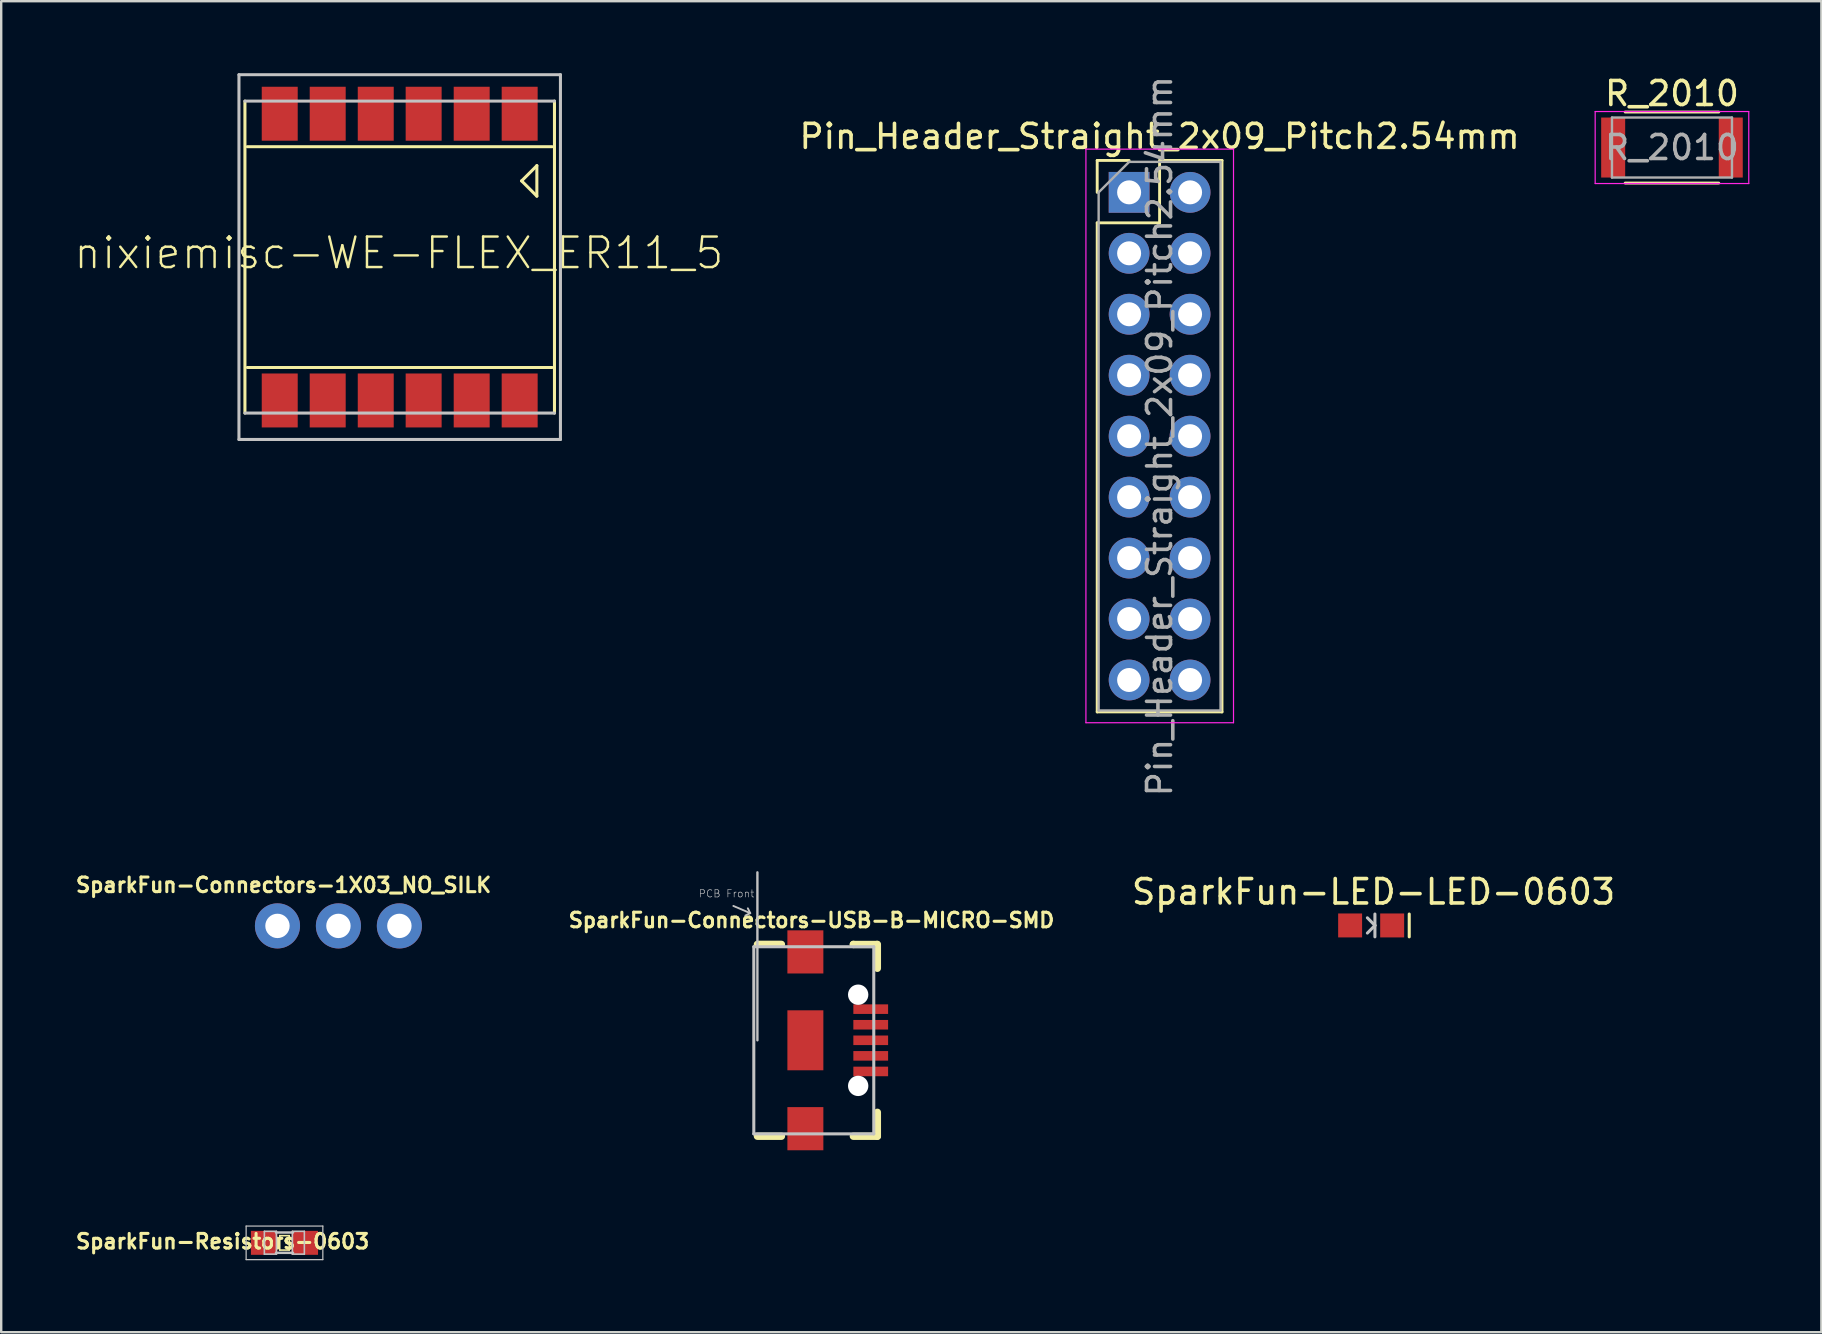
<source format=kicad_pcb>
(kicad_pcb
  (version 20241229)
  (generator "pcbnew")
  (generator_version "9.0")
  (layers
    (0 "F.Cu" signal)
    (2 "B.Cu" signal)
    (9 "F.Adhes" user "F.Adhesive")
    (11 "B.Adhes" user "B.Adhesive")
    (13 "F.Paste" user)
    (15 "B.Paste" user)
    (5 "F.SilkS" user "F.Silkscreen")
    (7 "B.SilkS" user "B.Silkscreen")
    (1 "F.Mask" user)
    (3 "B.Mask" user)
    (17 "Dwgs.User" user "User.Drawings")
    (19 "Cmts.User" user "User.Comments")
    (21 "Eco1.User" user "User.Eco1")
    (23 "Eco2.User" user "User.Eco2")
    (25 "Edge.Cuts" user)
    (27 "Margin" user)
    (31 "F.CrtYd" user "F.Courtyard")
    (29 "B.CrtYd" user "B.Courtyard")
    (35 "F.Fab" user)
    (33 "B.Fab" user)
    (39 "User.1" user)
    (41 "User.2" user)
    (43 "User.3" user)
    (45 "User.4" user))
  (footprint "SparkFun-Connectors-USB-B-MICRO-SMD"
    (layer "F.Cu")
    (at 30.509 40.298)
    (property "Reference" "SparkFun-Connectors-USB-B-MICRO-SMD" (at 0.254 -5.004 0) (layer "F.SilkS") (effects (font (size 0.61 0.61) (thickness 0.127))))
    (attr smd)
    (fp_line (start -0.848 -4.684) (end 0.848 -4.684) (stroke (width 0.066) (type solid)) (layer "F.Mask"))
    (fp_line (start -0.848 -2.682) (end -0.848 -4.684) (stroke (width 0.066) (type solid)) (layer "F.Mask"))
    (fp_line (start -0.848 -2.682) (end 0.848 -2.682) (stroke (width 0.066) (type solid)) (layer "F.Mask"))
    (fp_line (start -0.848 -1.349) (end 0.848 -1.349) (stroke (width 0.066) (type solid)) (layer "F.Mask"))
    (fp_line (start -0.848 1.349) (end -0.848 -1.349) (stroke (width 0.066) (type solid)) (layer "F.Mask"))
    (fp_line (start -0.848 1.349) (end 0.848 1.349) (stroke (width 0.066) (type solid)) (layer "F.Mask"))
    (fp_line (start -0.848 2.682) (end 0.848 2.682) (stroke (width 0.066) (type solid)) (layer "F.Mask"))
    (fp_line (start -0.848 4.684) (end -0.848 2.682) (stroke (width 0.066) (type solid)) (layer "F.Mask"))
    (fp_line (start -0.848 4.684) (end 0.848 4.684) (stroke (width 0.066) (type solid)) (layer "F.Mask"))
    (fp_line (start 0.848 -2.682) (end 0.848 -4.684) (stroke (width 0.066) (type solid)) (layer "F.Mask"))
    (fp_line (start 0.848 1.349) (end 0.848 -1.349) (stroke (width 0.066) (type solid)) (layer "F.Mask"))
    (fp_line (start 0.848 4.684) (end 0.848 2.682) (stroke (width 0.066) (type solid)) (layer "F.Mask"))
    (fp_line (start -0.998 -3.998) (end -1.999 -3.998) (stroke (width 0.305) (type solid)) (layer "F.SilkS"))
    (fp_line (start -0.998 3.998) (end -1.999 3.998) (stroke (width 0.305) (type solid)) (layer "F.SilkS"))
    (fp_line (start 1.999 -3.993) (end 1.999 -3.998) (stroke (width 0.305) (type solid)) (layer "F.SilkS"))
    (fp_line (start 1.999 3.998) (end 3 3.998) (stroke (width 0.305) (type solid)) (layer "F.SilkS"))
    (fp_line (start 2.979 -3.993) (end 1.999 -3.993) (stroke (width 0.305) (type solid)) (layer "F.SilkS"))
    (fp_line (start 3 -3.998) (end 3 -3) (stroke (width 0.305) (type solid)) (layer "F.SilkS"))
    (fp_line (start 3 3.998) (end 3 3) (stroke (width 0.305) (type solid)) (layer "F.SilkS"))
    (fp_line (start -0.749 -4.582) (end 0.749 -4.582) (stroke (width 0.066) (type solid)) (layer "F.Paste"))
    (fp_line (start -0.749 -2.784) (end -0.749 -4.582) (stroke (width 0.066) (type solid)) (layer "F.Paste"))
    (fp_line (start -0.749 -2.784) (end 0.749 -2.784) (stroke (width 0.066) (type solid)) (layer "F.Paste"))
    (fp_line (start -0.749 2.784) (end 0.749 2.784) (stroke (width 0.066) (type solid)) (layer "F.Paste"))
    (fp_line (start -0.749 4.582) (end -0.749 2.784) (stroke (width 0.066) (type solid)) (layer "F.Paste"))
    (fp_line (start -0.749 4.582) (end 0.749 4.582) (stroke (width 0.066) (type solid)) (layer "F.Paste"))
    (fp_line (start -0.348 -0.749) (end 0.348 -0.749) (stroke (width 0.066) (type solid)) (layer "F.Paste"))
    (fp_line (start -0.348 0.749) (end -0.348 -0.749) (stroke (width 0.066) (type solid)) (layer "F.Paste"))
    (fp_line (start -0.348 0.749) (end 0.348 0.749) (stroke (width 0.066) (type solid)) (layer "F.Paste"))
    (fp_line (start 0.348 0.749) (end 0.348 -0.749) (stroke (width 0.066) (type solid)) (layer "F.Paste"))
    (fp_line (start 0.749 -2.784) (end 0.749 -4.582) (stroke (width 0.066) (type solid)) (layer "F.Paste"))
    (fp_line (start 0.749 4.582) (end 0.749 2.784) (stroke (width 0.066) (type solid)) (layer "F.Paste"))
    (fp_line (start -3 -5.598) (end -2.299 -5.298) (stroke (width 0.079) (type solid)) (layer "Dwgs.User"))
    (fp_line (start -2.299 -5.298) (end -2.499 -5.199) (stroke (width 0.079) (type solid)) (layer "Dwgs.User"))
    (fp_line (start -2.299 -5.298) (end -2.398 -5.499) (stroke (width 0.079) (type solid)) (layer "Dwgs.User"))
    (fp_line (start -2.149 -3.899) (end -2.149 3.899) (stroke (width 0.127) (type solid)) (layer "Dwgs.User"))
    (fp_line (start -1.999 -6.998) (end -1.999 0) (stroke (width 0.1) (type solid)) (layer "Dwgs.User"))
    (fp_line (start 2.85 -3.899) (end -2.149 -3.899) (stroke (width 0.127) (type solid)) (layer "Dwgs.User"))
    (fp_line (start 2.85 -3.899) (end 2.85 3.899) (stroke (width 0.127) (type solid)) (layer "Dwgs.User"))
    (fp_line (start 2.85 3.899) (end -2.149 3.899) (stroke (width 0.127) (type solid)) (layer "Dwgs.User"))
    (fp_text user "PCB Front" (at -3.287 -6.111 0) (layer "Dwgs.User") (effects (font (size 0.305 0.305) (thickness 0.025))))
    (pad "" np_thru_hole circle (at 2.2 -1.9) (size 0.848 0.848) (drill 0.848) (layers "*.Cu" "*.Mask"))
    (pad "" np_thru_hole circle (at 2.2 1.9) (size 0.848 0.848) (drill 0.848) (layers "*.Cu" "*.Mask"))
    (pad "D+" smd rect (at 2.723 0 90) (size 0.399 1.448) (layers "F.Cu" "F.Mask" "F.Paste"))
    (pad "D-" smd rect (at 2.723 -0.648 90) (size 0.399 1.448) (layers "F.Cu" "F.Mask" "F.Paste"))
    (pad "GND" smd rect (at 2.723 1.298 90) (size 0.399 1.448) (layers "F.Cu" "F.Mask" "F.Paste"))
    (pad "ID" smd rect (at 2.723 0.648 90) (size 0.399 1.448) (layers "F.Cu" "F.Mask" "F.Paste"))
    (pad "SHIE" smd rect (at 0 -3.683 90) (size 1.798 1.499) (layers "F.Cu" "F.Mask" "F.Paste"))
    (pad "SHIE" smd rect (at 0 0 90) (size 2.499 1.499) (layers "F.Cu" "F.Mask" "F.Paste"))
    (pad "SHIE" smd rect (at 0 3.683 90) (size 1.798 1.499) (layers "F.Cu" "F.Mask" "F.Paste"))
    (pad "VBUS" smd rect (at 2.723 -1.298 90) (size 0.399 1.448) (layers "F.Cu" "F.Mask" "F.Paste")))
  (footprint "nixiemisc-WE-FLEX_ER11_5"
    (layer "F.Cu")
    (at 13.605 7.663)
    (property "Reference" "nixiemisc-WE-FLEX_ER11_5" (at -0.033 -0.169 0) (layer "F.SilkS") (effects (font (size 1.27 1.27) (thickness 0.102))))
    (attr smd)
    (fp_line (start -6.449 -6.5) (end -6.449 6.5) (stroke (width 0.127) (type solid)) (layer "F.SilkS"))
    (fp_line (start 5.08 -3.175) (end 5.715 -3.81) (stroke (width 0.127) (type solid)) (layer "F.SilkS"))
    (fp_line (start 5.715 -3.81) (end 5.715 -2.54) (stroke (width 0.127) (type solid)) (layer "F.SilkS"))
    (fp_line (start 5.715 -2.54) (end 5.08 -3.175) (stroke (width 0.127) (type solid)) (layer "F.SilkS"))
    (fp_line (start 6.35 -4.6) (end -6.35 -4.6) (stroke (width 0.127) (type solid)) (layer "F.SilkS"))
    (fp_line (start 6.35 4.6) (end -6.35 4.6) (stroke (width 0.127) (type solid)) (layer "F.SilkS"))
    (fp_line (start 6.449 6.5) (end 6.449 -6.5) (stroke (width 0.127) (type solid)) (layer "F.SilkS"))
    (fp_line (start -6.698 -7.6) (end -6.698 7.6) (stroke (width 0.127) (type solid)) (layer "Dwgs.User"))
    (fp_line (start -6.698 7.6) (end 6.698 7.6) (stroke (width 0.127) (type solid)) (layer "Dwgs.User"))
    (fp_line (start -6.449 6.5) (end 6.449 6.5) (stroke (width 0.127) (type solid)) (layer "Dwgs.User"))
    (fp_line (start 6.449 -6.5) (end -6.449 -6.5) (stroke (width 0.127) (type solid)) (layer "Dwgs.User"))
    (fp_line (start 6.698 -7.6) (end -6.698 -7.6) (stroke (width 0.127) (type solid)) (layer "Dwgs.User"))
    (fp_line (start 6.698 7.6) (end 6.698 -7.6) (stroke (width 0.127) (type solid)) (layer "Dwgs.User"))
    (pad "1" smd rect (at 4.999 -5.974 180) (size 1.499 2.248) (layers "F.Cu" "F.Mask" "F.Paste"))
    (pad "2" smd rect (at 3 -5.974 180) (size 1.499 2.248) (layers "F.Cu" "F.Mask" "F.Paste"))
    (pad "3" smd rect (at 0.998 -5.974 180) (size 1.499 2.248) (layers "F.Cu" "F.Mask" "F.Paste"))
    (pad "4" smd rect (at -0.998 -5.974 180) (size 1.499 2.248) (layers "F.Cu" "F.Mask" "F.Paste"))
    (pad "5" smd rect (at -3 -5.974 180) (size 1.499 2.248) (layers "F.Cu" "F.Mask" "F.Paste"))
    (pad "6" smd rect (at -4.999 -5.974 180) (size 1.499 2.248) (layers "F.Cu" "F.Mask" "F.Paste"))
    (pad "7" smd rect (at -4.999 5.974 180) (size 1.499 2.248) (layers "F.Cu" "F.Mask" "F.Paste"))
    (pad "8" smd rect (at -3 5.974 180) (size 1.499 2.248) (layers "F.Cu" "F.Mask" "F.Paste"))
    (pad "9" smd rect (at -0.998 5.974 180) (size 1.499 2.248) (layers "F.Cu" "F.Mask" "F.Paste"))
    (pad "10" smd rect (at 0.998 5.974 180) (size 1.499 2.248) (layers "F.Cu" "F.Mask" "F.Paste"))
    (pad "11" smd rect (at 3 5.974 180) (size 1.499 2.248) (layers "F.Cu" "F.Mask" "F.Paste"))
    (pad "12" smd rect (at 4.999 5.974 180) (size 1.499 2.248) (layers "F.Cu" "F.Mask" "F.Paste")))
  (footprint "SparkFun-Resistors-0603"
    (placed yes)
    (layer "F.Cu")
    (at 8.804 48.738)
    (property "Reference" "SparkFun-Resistors-0603" (at -2.578 -0.059 0) (layer "F.SilkS") (effects (font (size 0.61 0.61) (thickness 0.127))))
    (attr smd)
    (fp_line (start -0.198 -0.3) (end 0.198 -0.3) (stroke (width 0.066) (type solid)) (layer "F.SilkS"))
    (fp_line (start -0.198 0.3) (end -0.198 -0.3) (stroke (width 0.066) (type solid)) (layer "F.SilkS"))
    (fp_line (start -0.198 0.3) (end 0.198 0.3) (stroke (width 0.066) (type solid)) (layer "F.SilkS"))
    (fp_line (start 0.198 0.3) (end 0.198 -0.3) (stroke (width 0.066) (type solid)) (layer "F.SilkS"))
    (fp_line (start -1.598 -0.699) (end 1.598 -0.699) (stroke (width 0.051) (type solid)) (layer "Dwgs.User"))
    (fp_line (start -1.598 0.699) (end -1.598 -0.699) (stroke (width 0.051) (type solid)) (layer "Dwgs.User"))
    (fp_line (start -0.838 -0.48) (end -0.338 -0.48) (stroke (width 0.066) (type solid)) (layer "Dwgs.User"))
    (fp_line (start -0.838 0.47) (end -0.838 -0.48) (stroke (width 0.066) (type solid)) (layer "Dwgs.User"))
    (fp_line (start -0.838 0.47) (end -0.338 0.47) (stroke (width 0.066) (type solid)) (layer "Dwgs.User"))
    (fp_line (start -0.356 -0.432) (end 0.356 -0.432) (stroke (width 0.102) (type solid)) (layer "Dwgs.User"))
    (fp_line (start -0.356 0.417) (end 0.356 0.417) (stroke (width 0.102) (type solid)) (layer "Dwgs.User"))
    (fp_line (start -0.338 0.47) (end -0.338 -0.48) (stroke (width 0.066) (type solid)) (layer "Dwgs.User"))
    (fp_line (start 0.33 -0.48) (end 0.828 -0.48) (stroke (width 0.066) (type solid)) (layer "Dwgs.User"))
    (fp_line (start 0.33 0.47) (end 0.33 -0.48) (stroke (width 0.066) (type solid)) (layer "Dwgs.User"))
    (fp_line (start 0.33 0.47) (end 0.828 0.47) (stroke (width 0.066) (type solid)) (layer "Dwgs.User"))
    (fp_line (start 0.828 0.47) (end 0.828 -0.48) (stroke (width 0.066) (type solid)) (layer "Dwgs.User"))
    (fp_line (start 1.598 -0.699) (end 1.598 0.699) (stroke (width 0.051) (type solid)) (layer "Dwgs.User"))
    (fp_line (start 1.598 0.699) (end -1.598 0.699) (stroke (width 0.051) (type solid)) (layer "Dwgs.User"))
    (pad "1" smd rect (at -0.848 0) (size 1.1 0.998) (layers "F.Cu" "F.Mask" "F.Paste"))
    (pad "2" smd rect (at 0.848 0) (size 1.1 0.998) (layers "F.Cu" "F.Mask" "F.Paste")))
  (footprint "Pin_Header_Straight_2x09_Pitch2.54mm"
    (layer "F.Cu")
    (at 43.999 4.965)
    (property "Reference" "Pin_Header_Straight_2x09_Pitch2.54mm" (at 1.27 -2.33 0) (layer "F.SilkS") (effects (font (size 1 1) (thickness 0.15))))
    (attr through_hole)
    (fp_line (start -1.33 -1.33) (end 0 -1.33) (stroke (width 0.12) (type solid)) (layer "F.SilkS"))
    (fp_line (start -1.33 0) (end -1.33 -1.33) (stroke (width 0.12) (type solid)) (layer "F.SilkS"))
    (fp_line (start -1.33 1.27) (end -1.33 21.65) (stroke (width 0.12) (type solid)) (layer "F.SilkS"))
    (fp_line (start -1.33 1.27) (end 1.27 1.27) (stroke (width 0.12) (type solid)) (layer "F.SilkS"))
    (fp_line (start -1.33 21.65) (end 3.87 21.65) (stroke (width 0.12) (type solid)) (layer "F.SilkS"))
    (fp_line (start 1.27 -1.33) (end 3.87 -1.33) (stroke (width 0.12) (type solid)) (layer "F.SilkS"))
    (fp_line (start 1.27 1.27) (end 1.27 -1.33) (stroke (width 0.12) (type solid)) (layer "F.SilkS"))
    (fp_line (start 3.87 -1.33) (end 3.87 21.65) (stroke (width 0.12) (type solid)) (layer "F.SilkS"))
    (fp_line (start -1.8 -1.8) (end -1.8 22.1) (stroke (width 0.05) (type solid)) (layer "F.CrtYd"))
    (fp_line (start -1.8 22.1) (end 4.35 22.1) (stroke (width 0.05) (type solid)) (layer "F.CrtYd"))
    (fp_line (start 4.35 -1.8) (end -1.8 -1.8) (stroke (width 0.05) (type solid)) (layer "F.CrtYd"))
    (fp_line (start 4.35 22.1) (end 4.35 -1.8) (stroke (width 0.05) (type solid)) (layer "F.CrtYd"))
    (fp_line (start -1.27 0) (end 0 -1.27) (stroke (width 0.1) (type solid)) (layer "F.Fab"))
    (fp_line (start -1.27 21.59) (end -1.27 0) (stroke (width 0.1) (type solid)) (layer "F.Fab"))
    (fp_line (start 0 -1.27) (end 3.81 -1.27) (stroke (width 0.1) (type solid)) (layer "F.Fab"))
    (fp_line (start 3.81 -1.27) (end 3.81 21.59) (stroke (width 0.1) (type solid)) (layer "F.Fab"))
    (fp_line (start 3.81 21.59) (end -1.27 21.59) (stroke (width 0.1) (type solid)) (layer "F.Fab"))
    (fp_text user "${REFERENCE}" (at 1.27 10.16 90) (layer "F.Fab") (effects (font (size 1 1) (thickness 0.15))))
    (pad "1" thru_hole rect (at 0 0) (size 1.7 1.7) (drill 1) (layers "*.Cu" "*.Mask"))
    (pad "2" thru_hole oval (at 2.54 0) (size 1.7 1.7) (drill 1) (layers "*.Cu" "*.Mask"))
    (pad "3" thru_hole oval (at 0 2.54) (size 1.7 1.7) (drill 1) (layers "*.Cu" "*.Mask"))
    (pad "4" thru_hole oval (at 2.54 2.54) (size 1.7 1.7) (drill 1) (layers "*.Cu" "*.Mask"))
    (pad "5" thru_hole oval (at 0 5.08) (size 1.7 1.7) (drill 1) (layers "*.Cu" "*.Mask"))
    (pad "6" thru_hole oval (at 2.54 5.08) (size 1.7 1.7) (drill 1) (layers "*.Cu" "*.Mask"))
    (pad "7" thru_hole oval (at 0 7.62) (size 1.7 1.7) (drill 1) (layers "*.Cu" "*.Mask"))
    (pad "8" thru_hole oval (at 2.54 7.62) (size 1.7 1.7) (drill 1) (layers "*.Cu" "*.Mask"))
    (pad "9" thru_hole oval (at 0 10.16) (size 1.7 1.7) (drill 1) (layers "*.Cu" "*.Mask"))
    (pad "10" thru_hole oval (at 2.54 10.16) (size 1.7 1.7) (drill 1) (layers "*.Cu" "*.Mask"))
    (pad "11" thru_hole oval (at 0 12.7) (size 1.7 1.7) (drill 1) (layers "*.Cu" "*.Mask"))
    (pad "12" thru_hole oval (at 2.54 12.7) (size 1.7 1.7) (drill 1) (layers "*.Cu" "*.Mask"))
    (pad "13" thru_hole oval (at 0 15.24) (size 1.7 1.7) (drill 1) (layers "*.Cu" "*.Mask"))
    (pad "14" thru_hole oval (at 2.54 15.24) (size 1.7 1.7) (drill 1) (layers "*.Cu" "*.Mask"))
    (pad "15" thru_hole oval (at 0 17.78) (size 1.7 1.7) (drill 1) (layers "*.Cu" "*.Mask"))
    (pad "16" thru_hole oval (at 2.54 17.78) (size 1.7 1.7) (drill 1) (layers "*.Cu" "*.Mask"))
    (pad "17" thru_hole oval (at 0 20.32) (size 1.7 1.7) (drill 1) (layers "*.Cu" "*.Mask"))
    (pad "18" thru_hole oval (at 2.54 20.32) (size 1.7 1.7) (drill 1) (layers "*.Cu" "*.Mask")))
  (footprint "SparkFun-Connectors-1X03_NO_SILK"
    (layer "F.Cu")
    (at 8.512 35.531)
    (property "Reference" "SparkFun-Connectors-1X03_NO_SILK" (at 0.254 -1.702 0) (layer "F.SilkS") (effects (font (size 0.61 0.61) (thickness 0.127))))
    (attr exclude_from_pos_files exclude_from_bom)
    (fp_line (start -0.254 -0.254) (end 0.254 -0.254) (stroke (width 0.066) (type solid)) (layer "Dwgs.User"))
    (fp_line (start -0.254 0.254) (end -0.254 -0.254) (stroke (width 0.066) (type solid)) (layer "Dwgs.User"))
    (fp_line (start -0.254 0.254) (end 0.254 0.254) (stroke (width 0.066) (type solid)) (layer "Dwgs.User"))
    (fp_line (start 0.254 0.254) (end 0.254 -0.254) (stroke (width 0.066) (type solid)) (layer "Dwgs.User"))
    (fp_line (start 2.286 -0.254) (end 2.794 -0.254) (stroke (width 0.066) (type solid)) (layer "Dwgs.User"))
    (fp_line (start 2.286 0.254) (end 2.286 -0.254) (stroke (width 0.066) (type solid)) (layer "Dwgs.User"))
    (fp_line (start 2.286 0.254) (end 2.794 0.254) (stroke (width 0.066) (type solid)) (layer "Dwgs.User"))
    (fp_line (start 2.794 0.254) (end 2.794 -0.254) (stroke (width 0.066) (type solid)) (layer "Dwgs.User"))
    (fp_line (start 4.826 -0.254) (end 5.334 -0.254) (stroke (width 0.066) (type solid)) (layer "Dwgs.User"))
    (fp_line (start 4.826 0.254) (end 4.826 -0.254) (stroke (width 0.066) (type solid)) (layer "Dwgs.User"))
    (fp_line (start 4.826 0.254) (end 5.334 0.254) (stroke (width 0.066) (type solid)) (layer "Dwgs.User"))
    (fp_line (start 5.334 0.254) (end 5.334 -0.254) (stroke (width 0.066) (type solid)) (layer "Dwgs.User"))
    (pad "1" thru_hole circle (at 0 0) (size 1.88 1.88) (drill 1.016) (layers "*.Cu" "*.Paste" "*.Mask"))
    (pad "2" thru_hole circle (at 2.54 0) (size 1.88 1.88) (drill 1.016) (layers "*.Cu" "*.Paste" "*.Mask"))
    (pad "3" thru_hole circle (at 5.08 0) (size 1.88 1.88) (drill 1.016) (layers "*.Cu" "*.Paste" "*.Mask")))
  (footprint "SparkFun-LED-LED-0603"
    (layer "F.Cu")
    (at 54.084 35.512)
    (property "Reference" "SparkFun-LED-LED-0603" (at 0.1 -1.4 0) (layer "F.SilkS") (effects (font (size 1.016 1.016) (thickness 0.152))))
    (attr smd)
    (fp_line (start 1.587 -0.475) (end 1.587 0.475) (stroke (width 0.127) (type solid)) (layer "F.SilkS"))
    (fp_line (start 0.157 -0.475) (end 0.157 0) (stroke (width 0.127) (type solid)) (layer "Dwgs.User"))
    (fp_line (start 0.157 0) (end -0.157 -0.318) (stroke (width 0.127) (type solid)) (layer "Dwgs.User"))
    (fp_line (start 0.157 0) (end -0.157 0.318) (stroke (width 0.127) (type solid)) (layer "Dwgs.User"))
    (fp_line (start 0.157 0) (end 0.157 0.475) (stroke (width 0.127) (type solid)) (layer "Dwgs.User"))
    (pad "A" smd rect (at -0.876 0 270) (size 0.998 0.998) (layers "F.Cu" "F.Mask" "F.Paste"))
    (pad "C" smd rect (at 0.876 0 270) (size 0.998 0.998) (layers "F.Cu" "F.Mask" "F.Paste")))
  (footprint "R_2010"
    (placed yes)
    (layer "F.Cu")
    (at 66.619 3.098)
    (property "Reference" "R_2010" (at 0 -2.25 0) (layer "F.SilkS") (effects (font (size 1 1) (thickness 0.15))))
    (attr smd)
    (fp_line (start -1.95 -1.48) (end 1.95 -1.48) (stroke (width 0.12) (type solid)) (layer "F.SilkS"))
    (fp_line (start 1.95 1.48) (end -1.95 1.48) (stroke (width 0.12) (type solid)) (layer "F.SilkS"))
    (fp_line (start -3.2 -1.5) (end -3.2 1.5) (stroke (width 0.05) (type solid)) (layer "F.CrtYd"))
    (fp_line (start -3.2 -1.5) (end 3.2 -1.5) (stroke (width 0.05) (type solid)) (layer "F.CrtYd"))
    (fp_line (start 3.2 1.5) (end -3.2 1.5) (stroke (width 0.05) (type solid)) (layer "F.CrtYd"))
    (fp_line (start 3.2 1.5) (end 3.2 -1.5) (stroke (width 0.05) (type solid)) (layer "F.CrtYd"))
    (fp_line (start -2.5 -1.25) (end 2.5 -1.25) (stroke (width 0.1) (type solid)) (layer "F.Fab"))
    (fp_line (start -2.5 1.25) (end -2.5 -1.25) (stroke (width 0.1) (type solid)) (layer "F.Fab"))
    (fp_line (start 2.5 -1.25) (end 2.5 1.25) (stroke (width 0.1) (type solid)) (layer "F.Fab"))
    (fp_line (start 2.5 1.25) (end -2.5 1.25) (stroke (width 0.1) (type solid)) (layer "F.Fab"))
    (fp_text user "${REFERENCE}" (at 0 0 0) (layer "F.Fab") (effects (font (size 1 1) (thickness 0.15))))
    (pad "1" smd rect (at -2.45 0) (size 1 2.5) (layers "F.Cu" "F.Mask" "F.Paste"))
    (pad "2" smd rect (at 2.45 0) (size 1 2.5) (layers "F.Cu" "F.Mask" "F.Paste")))
  (gr_rect
    (start -3 -3)
    (end 72.844 52.462)
    (stroke (width 0.1) (type default))
    (fill no)
    (layer "Edge.Cuts")))
</source>
